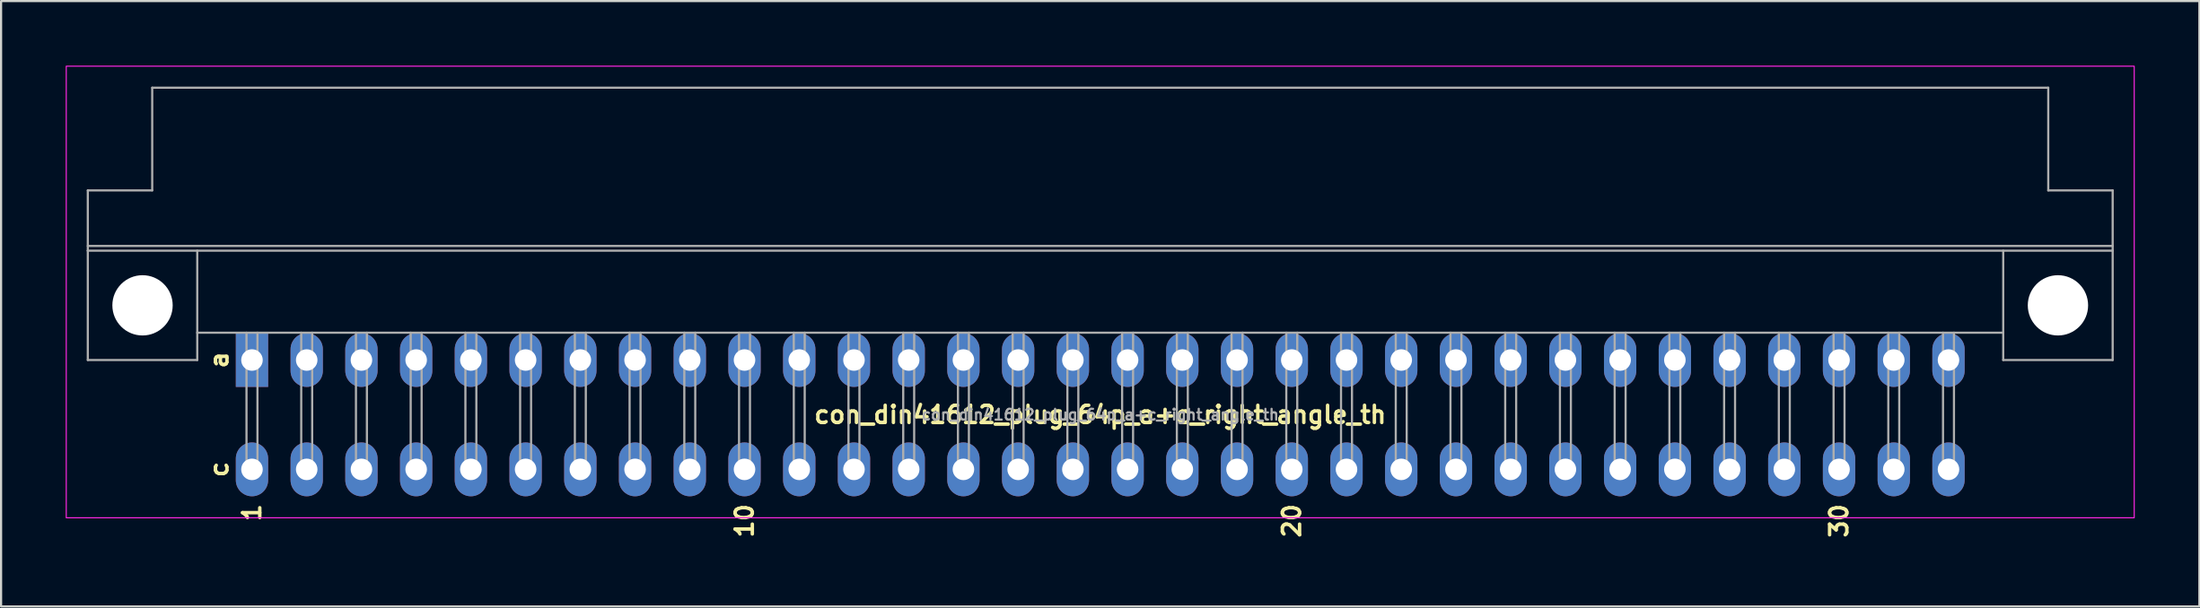
<source format=kicad_pcb>
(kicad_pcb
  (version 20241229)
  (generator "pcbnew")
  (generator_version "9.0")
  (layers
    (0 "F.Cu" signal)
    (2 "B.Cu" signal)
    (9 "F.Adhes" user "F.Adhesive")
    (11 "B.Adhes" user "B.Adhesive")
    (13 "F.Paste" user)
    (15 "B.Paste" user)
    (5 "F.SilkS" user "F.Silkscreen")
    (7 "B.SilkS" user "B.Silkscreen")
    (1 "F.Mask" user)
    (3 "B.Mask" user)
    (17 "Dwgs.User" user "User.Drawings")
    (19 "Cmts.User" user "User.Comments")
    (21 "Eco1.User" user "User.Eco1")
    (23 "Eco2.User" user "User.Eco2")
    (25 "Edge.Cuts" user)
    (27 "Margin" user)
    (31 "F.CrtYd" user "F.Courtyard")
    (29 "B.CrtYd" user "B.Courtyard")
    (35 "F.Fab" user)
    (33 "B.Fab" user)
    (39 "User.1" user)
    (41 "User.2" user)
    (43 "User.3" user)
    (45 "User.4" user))
  (footprint "con_din41612_plug_64p_a+c_right_angle_th"
    (layer "F.Cu")
    (at 8.645 13.675)
    (property "Reference" "con_din41612_plug_64p_a+c_right_angle_th" (at 39.37 2.54 0) (unlocked yes) (layer "F.SilkS") (effects (font (size 0.8 0.8) (thickness 0.16))))
    (attr through_hole exclude_from_pos_files)
    (fp_rect (start -8.62 7.33) (end 87.36 -13.65) (stroke (width 0.05) (type solid)) (fill no) (layer "F.CrtYd"))
    (fp_line (start -7.62 -7.88) (end -4.63 -7.88) (stroke (width 0.1) (type solid)) (layer "F.Fab"))
    (fp_line (start -7.62 -5.3) (end 86.36 -5.3) (stroke (width 0.1) (type solid)) (layer "F.Fab"))
    (fp_line (start -7.62 -5.08) (end -7.62 -7.88) (stroke (width 0.1) (type solid)) (layer "F.Fab"))
    (fp_line (start -7.62 -5.08) (end 86.36 -5.08) (stroke (width 0.1) (type solid)) (layer "F.Fab"))
    (fp_line (start -7.62 0) (end -7.62 -5.08) (stroke (width 0.1) (type solid)) (layer "F.Fab"))
    (fp_line (start -7.62 0) (end -2.54 0) (stroke (width 0.1) (type solid)) (layer "F.Fab"))
    (fp_line (start -4.63 -12.65) (end -4.63 -7.88) (stroke (width 0.1) (type solid)) (layer "F.Fab"))
    (fp_line (start -4.63 -12.65) (end 83.37 -12.65) (stroke (width 0.1) (type solid)) (layer "F.Fab"))
    (fp_line (start -2.54 -1.27) (end 81.28 -1.27) (stroke (width 0.1) (type solid)) (layer "F.Fab"))
    (fp_line (start -2.54 0) (end -2.54 -5.08) (stroke (width 0.1) (type solid)) (layer "F.Fab"))
    (fp_line (start -0.254 5.08) (end -0.254 -1.27) (stroke (width 0.1) (type solid)) (layer "F.Fab"))
    (fp_line (start 0.254 5.08) (end 0.254 -1.27) (stroke (width 0.1) (type solid)) (layer "F.Fab"))
    (fp_line (start 2.286 5.08) (end 2.286 -1.27) (stroke (width 0.1) (type solid)) (layer "F.Fab"))
    (fp_line (start 2.794 5.08) (end 2.794 -1.27) (stroke (width 0.1) (type solid)) (layer "F.Fab"))
    (fp_line (start 4.826 5.08) (end 4.826 -1.27) (stroke (width 0.1) (type solid)) (layer "F.Fab"))
    (fp_line (start 5.334 5.08) (end 5.334 -1.27) (stroke (width 0.1) (type solid)) (layer "F.Fab"))
    (fp_line (start 7.366 5.08) (end 7.366 -1.27) (stroke (width 0.1) (type solid)) (layer "F.Fab"))
    (fp_line (start 7.874 5.08) (end 7.874 -1.27) (stroke (width 0.1) (type solid)) (layer "F.Fab"))
    (fp_line (start 9.906 5.08) (end 9.906 -1.27) (stroke (width 0.1) (type solid)) (layer "F.Fab"))
    (fp_line (start 10.414 5.08) (end 10.414 -1.27) (stroke (width 0.1) (type solid)) (layer "F.Fab"))
    (fp_line (start 12.446 5.08) (end 12.446 -1.27) (stroke (width 0.1) (type solid)) (layer "F.Fab"))
    (fp_line (start 12.954 5.08) (end 12.954 -1.27) (stroke (width 0.1) (type solid)) (layer "F.Fab"))
    (fp_line (start 14.986 5.08) (end 14.986 -1.27) (stroke (width 0.1) (type solid)) (layer "F.Fab"))
    (fp_line (start 15.494 5.08) (end 15.494 -1.27) (stroke (width 0.1) (type solid)) (layer "F.Fab"))
    (fp_line (start 17.526 5.08) (end 17.526 -1.27) (stroke (width 0.1) (type solid)) (layer "F.Fab"))
    (fp_line (start 18.034 5.08) (end 18.034 -1.27) (stroke (width 0.1) (type solid)) (layer "F.Fab"))
    (fp_line (start 20.066 5.08) (end 20.066 -1.27) (stroke (width 0.1) (type solid)) (layer "F.Fab"))
    (fp_line (start 20.574 5.08) (end 20.574 -1.27) (stroke (width 0.1) (type solid)) (layer "F.Fab"))
    (fp_line (start 22.606 5.08) (end 22.606 -1.27) (stroke (width 0.1) (type solid)) (layer "F.Fab"))
    (fp_line (start 23.114 5.08) (end 23.114 -1.27) (stroke (width 0.1) (type solid)) (layer "F.Fab"))
    (fp_line (start 25.146 5.08) (end 25.146 -1.27) (stroke (width 0.1) (type solid)) (layer "F.Fab"))
    (fp_line (start 25.654 5.08) (end 25.654 -1.27) (stroke (width 0.1) (type solid)) (layer "F.Fab"))
    (fp_line (start 27.686 5.08) (end 27.686 -1.27) (stroke (width 0.1) (type solid)) (layer "F.Fab"))
    (fp_line (start 28.194 5.08) (end 28.194 -1.27) (stroke (width 0.1) (type solid)) (layer "F.Fab"))
    (fp_line (start 30.226 5.08) (end 30.226 -1.27) (stroke (width 0.1) (type solid)) (layer "F.Fab"))
    (fp_line (start 30.734 5.08) (end 30.734 -1.27) (stroke (width 0.1) (type solid)) (layer "F.Fab"))
    (fp_line (start 32.766 5.08) (end 32.766 -1.27) (stroke (width 0.1) (type solid)) (layer "F.Fab"))
    (fp_line (start 33.274 5.08) (end 33.274 -1.27) (stroke (width 0.1) (type solid)) (layer "F.Fab"))
    (fp_line (start 35.306 5.08) (end 35.306 -1.27) (stroke (width 0.1) (type solid)) (layer "F.Fab"))
    (fp_line (start 35.814 5.08) (end 35.814 -1.27) (stroke (width 0.1) (type solid)) (layer "F.Fab"))
    (fp_line (start 37.846 5.08) (end 37.846 -1.27) (stroke (width 0.1) (type solid)) (layer "F.Fab"))
    (fp_line (start 38.354 5.08) (end 38.354 -1.27) (stroke (width 0.1) (type solid)) (layer "F.Fab"))
    (fp_line (start 40.386 5.08) (end 40.386 -1.27) (stroke (width 0.1) (type solid)) (layer "F.Fab"))
    (fp_line (start 40.894 5.08) (end 40.894 -1.27) (stroke (width 0.1) (type solid)) (layer "F.Fab"))
    (fp_line (start 42.926 5.08) (end 42.926 -1.27) (stroke (width 0.1) (type solid)) (layer "F.Fab"))
    (fp_line (start 43.434 5.08) (end 43.434 -1.27) (stroke (width 0.1) (type solid)) (layer "F.Fab"))
    (fp_line (start 45.466 5.08) (end 45.466 -1.27) (stroke (width 0.1) (type solid)) (layer "F.Fab"))
    (fp_line (start 45.974 5.08) (end 45.974 -1.27) (stroke (width 0.1) (type solid)) (layer "F.Fab"))
    (fp_line (start 48.006 5.08) (end 48.006 -1.27) (stroke (width 0.1) (type solid)) (layer "F.Fab"))
    (fp_line (start 48.514 5.08) (end 48.514 -1.27) (stroke (width 0.1) (type solid)) (layer "F.Fab"))
    (fp_line (start 50.546 5.08) (end 50.546 -1.27) (stroke (width 0.1) (type solid)) (layer "F.Fab"))
    (fp_line (start 51.054 5.08) (end 51.054 -1.27) (stroke (width 0.1) (type solid)) (layer "F.Fab"))
    (fp_line (start 53.086 5.08) (end 53.086 -1.27) (stroke (width 0.1) (type solid)) (layer "F.Fab"))
    (fp_line (start 53.594 5.08) (end 53.594 -1.27) (stroke (width 0.1) (type solid)) (layer "F.Fab"))
    (fp_line (start 55.626 5.08) (end 55.626 -1.27) (stroke (width 0.1) (type solid)) (layer "F.Fab"))
    (fp_line (start 56.134 5.08) (end 56.134 -1.27) (stroke (width 0.1) (type solid)) (layer "F.Fab"))
    (fp_line (start 58.166 5.08) (end 58.166 -1.27) (stroke (width 0.1) (type solid)) (layer "F.Fab"))
    (fp_line (start 58.674 5.08) (end 58.674 -1.27) (stroke (width 0.1) (type solid)) (layer "F.Fab"))
    (fp_line (start 60.706 5.08) (end 60.706 -1.27) (stroke (width 0.1) (type solid)) (layer "F.Fab"))
    (fp_line (start 61.214 5.08) (end 61.214 -1.27) (stroke (width 0.1) (type solid)) (layer "F.Fab"))
    (fp_line (start 63.246 5.08) (end 63.246 -1.27) (stroke (width 0.1) (type solid)) (layer "F.Fab"))
    (fp_line (start 63.754 5.08) (end 63.754 -1.27) (stroke (width 0.1) (type solid)) (layer "F.Fab"))
    (fp_line (start 65.786 5.08) (end 65.786 -1.27) (stroke (width 0.1) (type solid)) (layer "F.Fab"))
    (fp_line (start 66.294 5.08) (end 66.294 -1.27) (stroke (width 0.1) (type solid)) (layer "F.Fab"))
    (fp_line (start 68.326 5.08) (end 68.326 -1.27) (stroke (width 0.1) (type solid)) (layer "F.Fab"))
    (fp_line (start 68.834 5.08) (end 68.834 -1.27) (stroke (width 0.1) (type solid)) (layer "F.Fab"))
    (fp_line (start 70.866 5.08) (end 70.866 -1.27) (stroke (width 0.1) (type solid)) (layer "F.Fab"))
    (fp_line (start 71.374 5.08) (end 71.374 -1.27) (stroke (width 0.1) (type solid)) (layer "F.Fab"))
    (fp_line (start 73.406 5.08) (end 73.406 -1.27) (stroke (width 0.1) (type solid)) (layer "F.Fab"))
    (fp_line (start 73.914 5.08) (end 73.914 -1.27) (stroke (width 0.1) (type solid)) (layer "F.Fab"))
    (fp_line (start 75.946 5.08) (end 75.946 -1.27) (stroke (width 0.1) (type solid)) (layer "F.Fab"))
    (fp_line (start 76.454 5.08) (end 76.454 -1.27) (stroke (width 0.1) (type solid)) (layer "F.Fab"))
    (fp_line (start 78.486 5.08) (end 78.486 -1.27) (stroke (width 0.1) (type solid)) (layer "F.Fab"))
    (fp_line (start 78.994 5.08) (end 78.994 -1.27) (stroke (width 0.1) (type solid)) (layer "F.Fab"))
    (fp_line (start 81.28 0) (end 81.28 -5.08) (stroke (width 0.1) (type solid)) (layer "F.Fab"))
    (fp_line (start 83.37 -12.65) (end 83.37 -7.88) (stroke (width 0.1) (type solid)) (layer "F.Fab"))
    (fp_line (start 86.36 -7.88) (end 83.37 -7.88) (stroke (width 0.1) (type solid)) (layer "F.Fab"))
    (fp_line (start 86.36 -5.08) (end 86.36 -7.88) (stroke (width 0.1) (type solid)) (layer "F.Fab"))
    (fp_line (start 86.36 0) (end 81.28 0) (stroke (width 0.1) (type solid)) (layer "F.Fab"))
    (fp_line (start 86.36 0) (end 86.36 -5.08) (stroke (width 0.1) (type solid)) (layer "F.Fab"))
    (fp_arc (start 0.254 5.08) (mid 0 5.334) (end -0.254 5.08) (stroke (width 0.1) (type solid)) (layer "F.Fab"))
    (fp_arc (start 2.794 5.08) (mid 2.54 5.334) (end 2.286 5.08) (stroke (width 0.1) (type solid)) (layer "F.Fab"))
    (fp_arc (start 5.334 5.08) (mid 5.08 5.334) (end 4.826 5.08) (stroke (width 0.1) (type solid)) (layer "F.Fab"))
    (fp_arc (start 7.874 5.08) (mid 7.62 5.334) (end 7.366 5.08) (stroke (width 0.1) (type solid)) (layer "F.Fab"))
    (fp_arc (start 10.414 5.08) (mid 10.16 5.334) (end 9.906 5.08) (stroke (width 0.1) (type solid)) (layer "F.Fab"))
    (fp_arc (start 12.954 5.08) (mid 12.7 5.334) (end 12.446 5.08) (stroke (width 0.1) (type solid)) (layer "F.Fab"))
    (fp_arc (start 15.494 5.08) (mid 15.24 5.334) (end 14.986 5.08) (stroke (width 0.1) (type solid)) (layer "F.Fab"))
    (fp_arc (start 18.034 5.08) (mid 17.78 5.334) (end 17.526 5.08) (stroke (width 0.1) (type solid)) (layer "F.Fab"))
    (fp_arc (start 20.574 5.08) (mid 20.32 5.334) (end 20.066 5.08) (stroke (width 0.1) (type solid)) (layer "F.Fab"))
    (fp_arc (start 23.114 5.08) (mid 22.86 5.334) (end 22.606 5.08) (stroke (width 0.1) (type solid)) (layer "F.Fab"))
    (fp_arc (start 25.654 5.08) (mid 25.4 5.334) (end 25.146 5.08) (stroke (width 0.1) (type solid)) (layer "F.Fab"))
    (fp_arc (start 28.194 5.08) (mid 27.94 5.334) (end 27.686 5.08) (stroke (width 0.1) (type solid)) (layer "F.Fab"))
    (fp_arc (start 30.734 5.08) (mid 30.48 5.334) (end 30.226 5.08) (stroke (width 0.1) (type solid)) (layer "F.Fab"))
    (fp_arc (start 33.274 5.08) (mid 33.02 5.334) (end 32.766 5.08) (stroke (width 0.1) (type solid)) (layer "F.Fab"))
    (fp_arc (start 35.814 5.08) (mid 35.56 5.334) (end 35.306 5.08) (stroke (width 0.1) (type solid)) (layer "F.Fab"))
    (fp_arc (start 38.354 5.08) (mid 38.1 5.334) (end 37.846 5.08) (stroke (width 0.1) (type solid)) (layer "F.Fab"))
    (fp_arc (start 40.894 5.08) (mid 40.64 5.334) (end 40.386 5.08) (stroke (width 0.1) (type solid)) (layer "F.Fab"))
    (fp_arc (start 43.434 5.08) (mid 43.18 5.334) (end 42.926 5.08) (stroke (width 0.1) (type solid)) (layer "F.Fab"))
    (fp_arc (start 45.974 5.08) (mid 45.72 5.334) (end 45.466 5.08) (stroke (width 0.1) (type solid)) (layer "F.Fab"))
    (fp_arc (start 48.514 5.08) (mid 48.26 5.334) (end 48.006 5.08) (stroke (width 0.1) (type solid)) (layer "F.Fab"))
    (fp_arc (start 51.054 5.08) (mid 50.8 5.334) (end 50.546 5.08) (stroke (width 0.1) (type solid)) (layer "F.Fab"))
    (fp_arc (start 53.594 5.08) (mid 53.34 5.334) (end 53.086 5.08) (stroke (width 0.1) (type solid)) (layer "F.Fab"))
    (fp_arc (start 56.134 5.08) (mid 55.88 5.334) (end 55.626 5.08) (stroke (width 0.1) (type solid)) (layer "F.Fab"))
    (fp_arc (start 58.674 5.08) (mid 58.42 5.334) (end 58.166 5.08) (stroke (width 0.1) (type solid)) (layer "F.Fab"))
    (fp_arc (start 61.214 5.08) (mid 60.96 5.334) (end 60.706 5.08) (stroke (width 0.1) (type solid)) (layer "F.Fab"))
    (fp_arc (start 63.754 5.08) (mid 63.5 5.334) (end 63.246 5.08) (stroke (width 0.1) (type solid)) (layer "F.Fab"))
    (fp_arc (start 66.294 5.08) (mid 66.04 5.334) (end 65.786 5.08) (stroke (width 0.1) (type solid)) (layer "F.Fab"))
    (fp_arc (start 68.834 5.08) (mid 68.58 5.334) (end 68.326 5.08) (stroke (width 0.1) (type solid)) (layer "F.Fab"))
    (fp_arc (start 71.374 5.08) (mid 71.12 5.334) (end 70.866 5.08) (stroke (width 0.1) (type solid)) (layer "F.Fab"))
    (fp_arc (start 73.914 5.08) (mid 73.66 5.334) (end 73.406 5.08) (stroke (width 0.1) (type solid)) (layer "F.Fab"))
    (fp_arc (start 76.454 5.08) (mid 76.2 5.334) (end 75.946 5.08) (stroke (width 0.1) (type solid)) (layer "F.Fab"))
    (fp_arc (start 78.994 5.08) (mid 78.74 5.334) (end 78.486 5.08) (stroke (width 0.1) (type solid)) (layer "F.Fab"))
    (fp_text user "1" (at 0 6.604 90) (unlocked yes) (layer "F.SilkS") (effects (font (size 0.8 0.8) (thickness 0.16)) (justify right)))
    (fp_text user "20" (at 48.26 6.604 90) (unlocked yes) (layer "F.SilkS") (effects (font (size 0.8 0.8) (thickness 0.16)) (justify right)))
    (fp_text user "a" (at -1.524 0 90) (unlocked yes) (layer "F.SilkS") (effects (font (size 0.8 0.8) (thickness 0.16))))
    (fp_text user "c" (at -1.524 5.08 90) (unlocked yes) (layer "F.SilkS") (effects (font (size 0.8 0.8) (thickness 0.16))))
    (fp_text user "30" (at 73.66 6.604 90) (unlocked yes) (layer "F.SilkS") (effects (font (size 0.8 0.8) (thickness 0.16)) (justify right)))
    (fp_text user "10" (at 22.86 6.604 90) (unlocked yes) (layer "F.SilkS") (effects (font (size 0.8 0.8) (thickness 0.16)) (justify right)))
    (fp_text user "${REFERENCE}" (at 39.37 2.54 0) (unlocked yes) (layer "F.Fab") (effects (font (size 0.5 0.5) (thickness 0.1) (bold yes))))
    (pad "" np_thru_hole circle (at -5.08 -2.54 90) (size 2.8 2.8) (drill 2.8) (layers "*.Cu" "*.Mask"))
    (pad "" np_thru_hole circle (at 83.82 -2.54 90) (size 2.8 2.8) (drill 2.8) (layers "*.Cu" "*.Mask"))
    (pad "a1" thru_hole rect (at 0 0 90) (size 2.5 1.5) (drill 1) (layers "*.Cu" "*.Mask"))
    (pad "a2" thru_hole oval (at 2.54 0 90) (size 2.5 1.5) (drill 1) (layers "*.Cu" "*.Mask"))
    (pad "a3" thru_hole oval (at 5.08 0 90) (size 2.5 1.5) (drill 1) (layers "*.Cu" "*.Mask"))
    (pad "a4" thru_hole oval (at 7.62 0 90) (size 2.5 1.5) (drill 1) (layers "*.Cu" "*.Mask"))
    (pad "a5" thru_hole oval (at 10.16 0 90) (size 2.5 1.5) (drill 1) (layers "*.Cu" "*.Mask"))
    (pad "a6" thru_hole oval (at 12.7 0 90) (size 2.5 1.5) (drill 1) (layers "*.Cu" "*.Mask"))
    (pad "a7" thru_hole oval (at 15.24 0 90) (size 2.5 1.5) (drill 1) (layers "*.Cu" "*.Mask"))
    (pad "a8" thru_hole oval (at 17.78 0 90) (size 2.5 1.5) (drill 1) (layers "*.Cu" "*.Mask"))
    (pad "a9" thru_hole oval (at 20.32 0 90) (size 2.5 1.5) (drill 1) (layers "*.Cu" "*.Mask"))
    (pad "a10" thru_hole oval (at 22.86 0 90) (size 2.5 1.5) (drill 1) (layers "*.Cu" "*.Mask"))
    (pad "a11" thru_hole oval (at 25.4 0 90) (size 2.5 1.5) (drill 1) (layers "*.Cu" "*.Mask"))
    (pad "a12" thru_hole oval (at 27.94 0 90) (size 2.5 1.5) (drill 1) (layers "*.Cu" "*.Mask"))
    (pad "a13" thru_hole oval (at 30.48 0 90) (size 2.5 1.5) (drill 1) (layers "*.Cu" "*.Mask"))
    (pad "a14" thru_hole oval (at 33.02 0 90) (size 2.5 1.5) (drill 1) (layers "*.Cu" "*.Mask"))
    (pad "a15" thru_hole oval (at 35.56 0 90) (size 2.5 1.5) (drill 1) (layers "*.Cu" "*.Mask"))
    (pad "a16" thru_hole oval (at 38.1 0 90) (size 2.5 1.5) (drill 1) (layers "*.Cu" "*.Mask"))
    (pad "a17" thru_hole oval (at 40.64 0 90) (size 2.5 1.5) (drill 1) (layers "*.Cu" "*.Mask"))
    (pad "a18" thru_hole oval (at 43.18 0 90) (size 2.5 1.5) (drill 1) (layers "*.Cu" "*.Mask"))
    (pad "a19" thru_hole oval (at 45.72 0 90) (size 2.5 1.5) (drill 1) (layers "*.Cu" "*.Mask"))
    (pad "a20" thru_hole oval (at 48.26 0 90) (size 2.5 1.5) (drill 1) (layers "*.Cu" "*.Mask"))
    (pad "a21" thru_hole oval (at 50.8 0 90) (size 2.5 1.5) (drill 1) (layers "*.Cu" "*.Mask"))
    (pad "a22" thru_hole oval (at 53.34 0 90) (size 2.5 1.5) (drill 1) (layers "*.Cu" "*.Mask"))
    (pad "a23" thru_hole oval (at 55.88 0 90) (size 2.5 1.5) (drill 1) (layers "*.Cu" "*.Mask"))
    (pad "a24" thru_hole oval (at 58.42 0 90) (size 2.5 1.5) (drill 1) (layers "*.Cu" "*.Mask"))
    (pad "a25" thru_hole oval (at 60.96 0 90) (size 2.5 1.5) (drill 1) (layers "*.Cu" "*.Mask"))
    (pad "a26" thru_hole oval (at 63.5 0 90) (size 2.5 1.5) (drill 1) (layers "*.Cu" "*.Mask"))
    (pad "a27" thru_hole oval (at 66.04 0 90) (size 2.5 1.5) (drill 1) (layers "*.Cu" "*.Mask"))
    (pad "a28" thru_hole oval (at 68.58 0 90) (size 2.5 1.5) (drill 1) (layers "*.Cu" "*.Mask"))
    (pad "a29" thru_hole oval (at 71.12 0 90) (size 2.5 1.5) (drill 1) (layers "*.Cu" "*.Mask"))
    (pad "a30" thru_hole oval (at 73.66 0 90) (size 2.5 1.5) (drill 1) (layers "*.Cu" "*.Mask"))
    (pad "a31" thru_hole oval (at 76.2 0 90) (size 2.5 1.5) (drill 1) (layers "*.Cu" "*.Mask"))
    (pad "a32" thru_hole oval (at 78.74 0 90) (size 2.5 1.5) (drill 1) (layers "*.Cu" "*.Mask"))
    (pad "c1" thru_hole oval (at 0 5.08 90) (size 2.5 1.5) (drill 1) (layers "*.Cu" "*.Mask"))
    (pad "c2" thru_hole oval (at 2.54 5.08 90) (size 2.5 1.5) (drill 1) (layers "*.Cu" "*.Mask"))
    (pad "c3" thru_hole oval (at 5.08 5.08 90) (size 2.5 1.5) (drill 1) (layers "*.Cu" "*.Mask"))
    (pad "c4" thru_hole oval (at 7.62 5.08 90) (size 2.5 1.5) (drill 1) (layers "*.Cu" "*.Mask"))
    (pad "c5" thru_hole oval (at 10.16 5.08 90) (size 2.5 1.5) (drill 1) (layers "*.Cu" "*.Mask"))
    (pad "c6" thru_hole oval (at 12.7 5.08 90) (size 2.5 1.5) (drill 1) (layers "*.Cu" "*.Mask"))
    (pad "c7" thru_hole oval (at 15.24 5.08 90) (size 2.5 1.5) (drill 1) (layers "*.Cu" "*.Mask"))
    (pad "c8" thru_hole oval (at 17.78 5.08 90) (size 2.5 1.5) (drill 1) (layers "*.Cu" "*.Mask"))
    (pad "c9" thru_hole oval (at 20.32 5.08 90) (size 2.5 1.5) (drill 1) (layers "*.Cu" "*.Mask"))
    (pad "c10" thru_hole oval (at 22.86 5.08 90) (size 2.5 1.5) (drill 1) (layers "*.Cu" "*.Mask"))
    (pad "c11" thru_hole oval (at 25.4 5.08 90) (size 2.5 1.5) (drill 1) (layers "*.Cu" "*.Mask"))
    (pad "c12" thru_hole oval (at 27.94 5.08 90) (size 2.5 1.5) (drill 1) (layers "*.Cu" "*.Mask"))
    (pad "c13" thru_hole oval (at 30.48 5.08 90) (size 2.5 1.5) (drill 1) (layers "*.Cu" "*.Mask"))
    (pad "c14" thru_hole oval (at 33.02 5.08 90) (size 2.5 1.5) (drill 1) (layers "*.Cu" "*.Mask"))
    (pad "c15" thru_hole oval (at 35.56 5.08 90) (size 2.5 1.5) (drill 1) (layers "*.Cu" "*.Mask"))
    (pad "c16" thru_hole oval (at 38.1 5.08 90) (size 2.5 1.5) (drill 1) (layers "*.Cu" "*.Mask"))
    (pad "c17" thru_hole oval (at 40.64 5.08 90) (size 2.5 1.5) (drill 1) (layers "*.Cu" "*.Mask"))
    (pad "c18" thru_hole oval (at 43.18 5.08 90) (size 2.5 1.5) (drill 1) (layers "*.Cu" "*.Mask"))
    (pad "c19" thru_hole oval (at 45.72 5.08 90) (size 2.5 1.5) (drill 1) (layers "*.Cu" "*.Mask"))
    (pad "c20" thru_hole oval (at 48.26 5.08 90) (size 2.5 1.5) (drill 1) (layers "*.Cu" "*.Mask"))
    (pad "c21" thru_hole oval (at 50.8 5.08 90) (size 2.5 1.5) (drill 1) (layers "*.Cu" "*.Mask"))
    (pad "c22" thru_hole oval (at 53.34 5.08 90) (size 2.5 1.5) (drill 1) (layers "*.Cu" "*.Mask"))
    (pad "c23" thru_hole oval (at 55.88 5.08 90) (size 2.5 1.5) (drill 1) (layers "*.Cu" "*.Mask"))
    (pad "c24" thru_hole oval (at 58.42 5.08 90) (size 2.5 1.5) (drill 1) (layers "*.Cu" "*.Mask"))
    (pad "c25" thru_hole oval (at 60.96 5.08 90) (size 2.5 1.5) (drill 1) (layers "*.Cu" "*.Mask"))
    (pad "c26" thru_hole oval (at 63.5 5.08 90) (size 2.5 1.5) (drill 1) (layers "*.Cu" "*.Mask"))
    (pad "c27" thru_hole oval (at 66.04 5.08 90) (size 2.5 1.5) (drill 1) (layers "*.Cu" "*.Mask"))
    (pad "c28" thru_hole oval (at 68.58 5.08 90) (size 2.5 1.5) (drill 1) (layers "*.Cu" "*.Mask"))
    (pad "c29" thru_hole oval (at 71.12 5.08 90) (size 2.5 1.5) (drill 1) (layers "*.Cu" "*.Mask"))
    (pad "c30" thru_hole oval (at 73.66 5.08 90) (size 2.5 1.5) (drill 1) (layers "*.Cu" "*.Mask"))
    (pad "c31" thru_hole oval (at 76.2 5.08 90) (size 2.5 1.5) (drill 1) (layers "*.Cu" "*.Mask"))
    (pad "c32" thru_hole oval (at 78.74 5.08 90) (size 2.5 1.5) (drill 1) (layers "*.Cu" "*.Mask")))
  (gr_rect
    (start -3 -3)
    (end 99.03 25.123)
    (stroke (width 0.1) (type default))
    (fill no)
    (layer "Edge.Cuts")))
</source>
